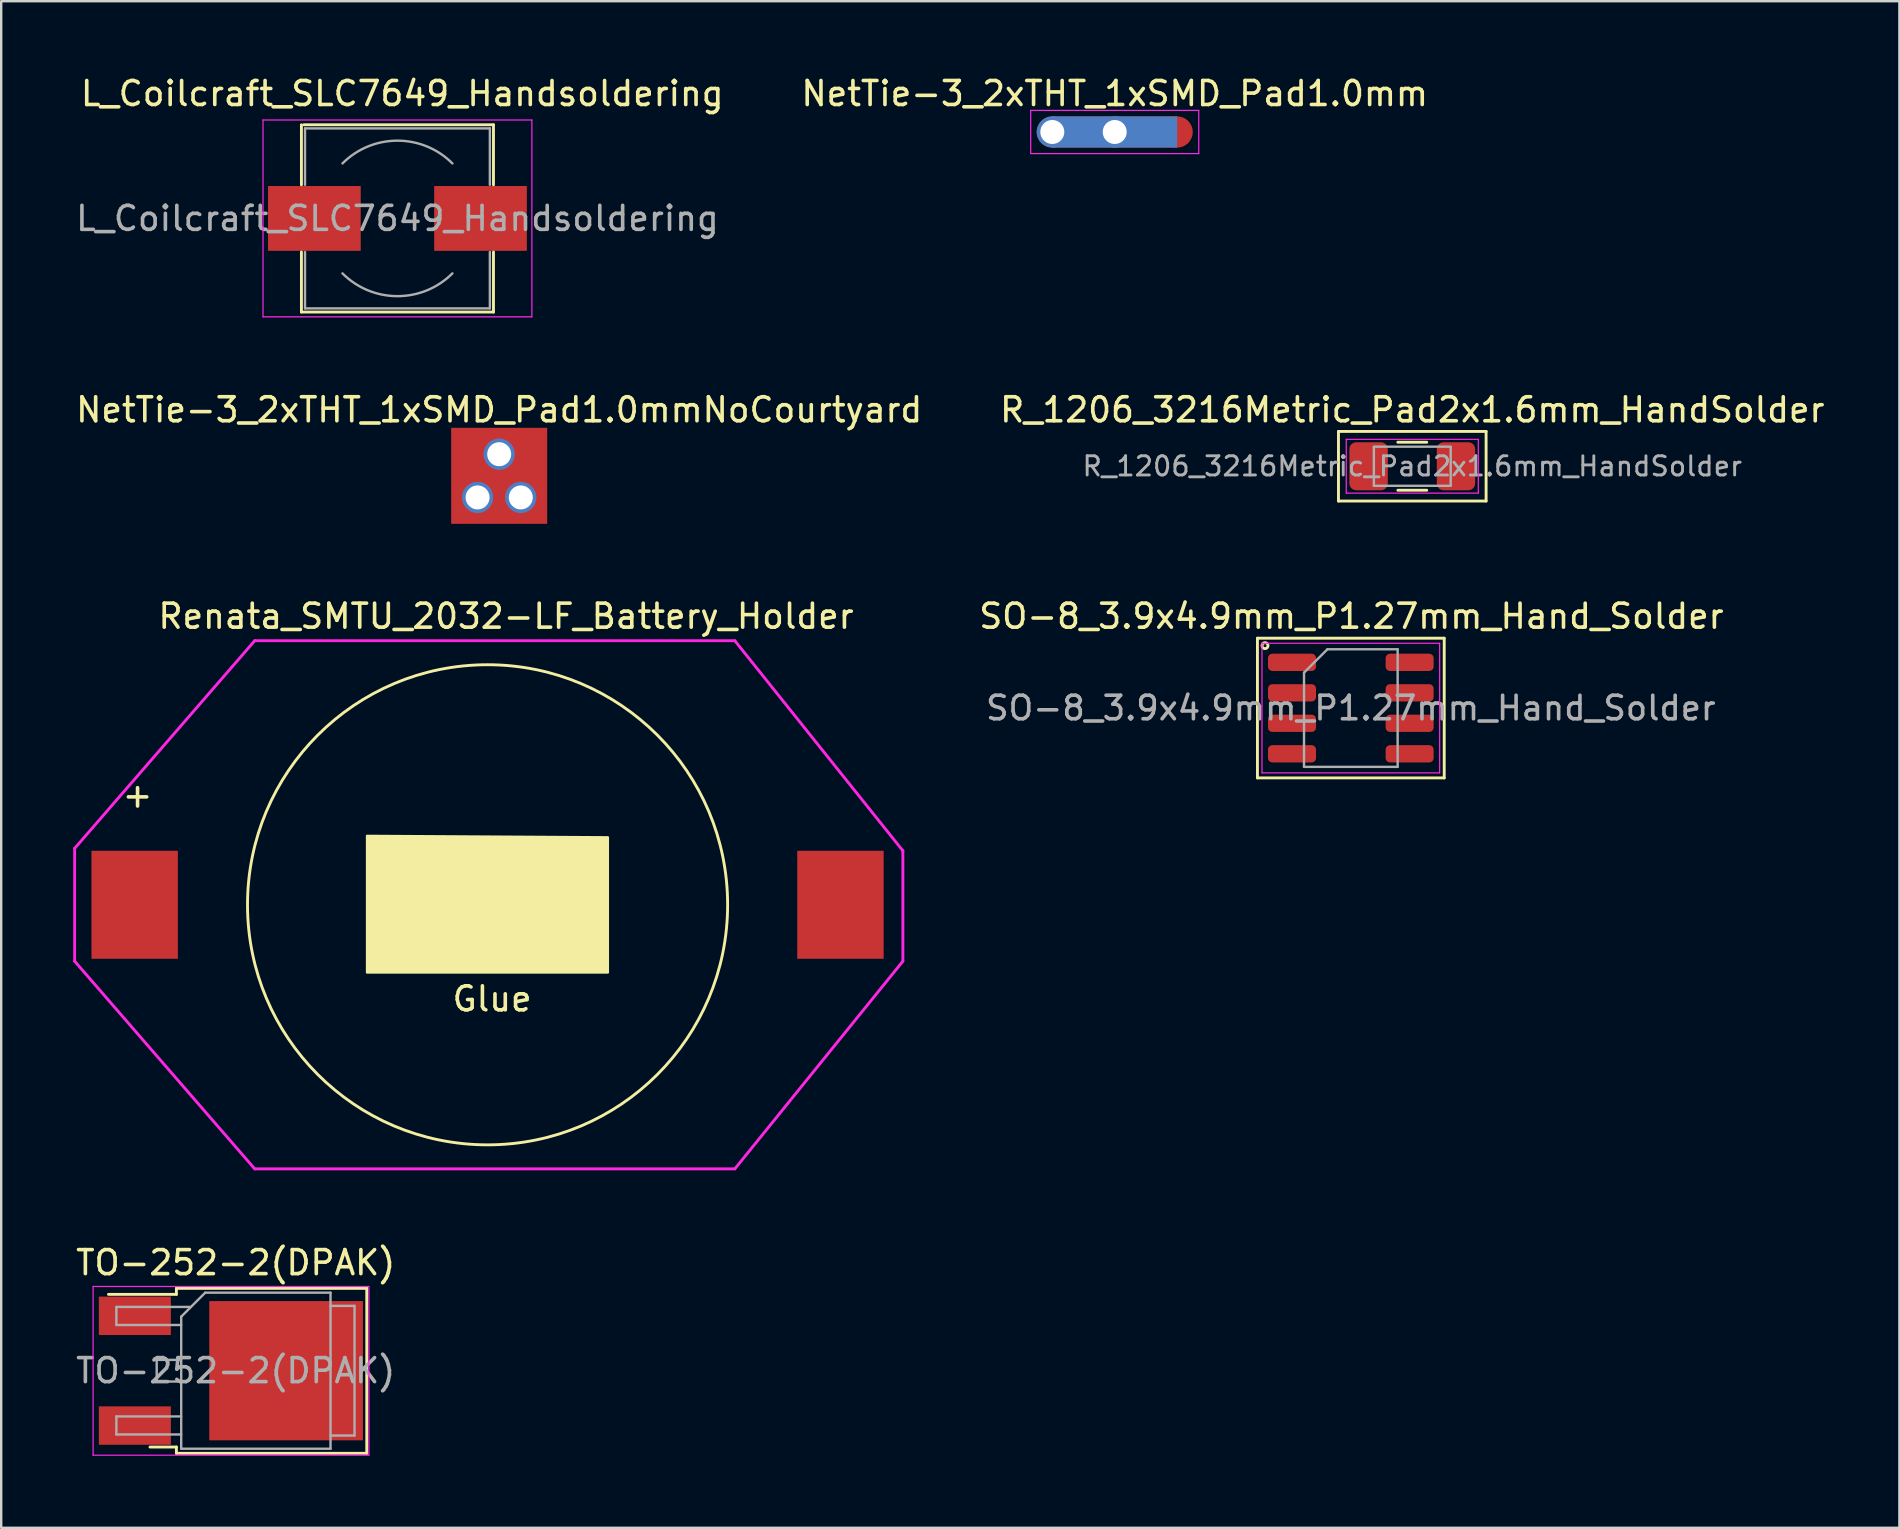
<source format=kicad_pcb>
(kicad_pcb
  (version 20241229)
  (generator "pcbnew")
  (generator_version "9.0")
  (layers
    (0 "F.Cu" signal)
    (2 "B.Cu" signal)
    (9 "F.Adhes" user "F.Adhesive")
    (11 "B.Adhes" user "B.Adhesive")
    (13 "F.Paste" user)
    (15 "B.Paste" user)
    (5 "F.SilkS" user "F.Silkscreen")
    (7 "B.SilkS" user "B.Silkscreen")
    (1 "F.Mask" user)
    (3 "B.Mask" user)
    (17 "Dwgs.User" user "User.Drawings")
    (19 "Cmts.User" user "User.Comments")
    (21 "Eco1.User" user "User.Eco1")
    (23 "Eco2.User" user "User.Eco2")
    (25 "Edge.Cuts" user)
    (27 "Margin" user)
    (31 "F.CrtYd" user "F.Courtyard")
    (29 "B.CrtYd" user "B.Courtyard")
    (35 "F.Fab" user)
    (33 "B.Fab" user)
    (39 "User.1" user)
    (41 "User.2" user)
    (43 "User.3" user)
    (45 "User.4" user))
  (footprint "NetTie-3_2xTHT_1xSMD_Pad1.0mm"
    (layer "F.Cu")
    (at 40.785 2.448)
    (property "Reference" "NetTie-3_2xTHT_1xSMD_Pad1.0mm" (at 2.6 -1.6 0) (layer "F.SilkS") (effects (font (size 1 1) (thickness 0.15))))
    (attr exclude_from_pos_files exclude_from_bom)
    (fp_poly (pts (xy 0 -0.65) (xy 5.2 -0.65) (xy 5.2 0.65) (xy 0 0.65)) (stroke (width 0) (type solid)) (fill yes) (layer "F.Cu"))
    (fp_poly (pts (xy 0 -0.65) (xy 5.2 -0.65) (xy 5.2 0.65) (xy 0 0.65)) (stroke (width 0) (type solid)) (fill yes) (layer "B.Cu"))
    (fp_line (start -0.9 -0.9) (end 6.1 -0.9) (stroke (width 0.05) (type solid)) (layer "F.CrtYd"))
    (fp_line (start -0.9 0.9) (end -0.9 -0.9) (stroke (width 0.05) (type solid)) (layer "F.CrtYd"))
    (fp_line (start 6.1 -0.9) (end 6.1 0.9) (stroke (width 0.05) (type solid)) (layer "F.CrtYd"))
    (fp_line (start 6.1 0.9) (end -0.9 0.9) (stroke (width 0.05) (type solid)) (layer "F.CrtYd"))
    (pad "1" thru_hole circle (at 0 0) (size 1.3 1.3) (drill 1) (layers "*.Cu"))
    (pad "2" thru_hole circle (at 2.6 0) (size 1.3 1.3) (drill 1) (layers "*.Cu"))
    (pad "3" smd circle (at 5.2 0) (size 1.3 1.3) (layers "F.Cu" "F.Mask" "F.Paste")))
  (footprint "R_1206_3216Metric_Pad2x1.6mm_HandSolder"
    (layer "F.Cu")
    (at 55.78 16.372)
    (property "Reference" "R_1206_3216Metric_Pad2x1.6mm_HandSolder" (at 0 -2.35 0) (layer "F.SilkS") (effects (font (size 1 1) (thickness 0.15))))
    (attr smd)
    (fp_line (start -3.075 -1.45) (end -3.075 1.45) (stroke (width 0.12) (type solid)) (layer "F.SilkS"))
    (fp_line (start -3.075 -1.45) (end 3.075 -1.45) (stroke (width 0.12) (type solid)) (layer "F.SilkS"))
    (fp_line (start -3.075 1.45) (end 3.075 1.45) (stroke (width 0.12) (type solid)) (layer "F.SilkS"))
    (fp_line (start -0.602 -1) (end 0.602 -1) (stroke (width 0.12) (type solid)) (layer "F.SilkS"))
    (fp_line (start -0.6 1) (end 0.604 1) (stroke (width 0.12) (type solid)) (layer "F.SilkS"))
    (fp_line (start 3.075 -1.45) (end 3.075 1.45) (stroke (width 0.12) (type solid)) (layer "F.SilkS"))
    (fp_line (start -2.75 -1.12) (end 2.75 -1.12) (stroke (width 0.05) (type solid)) (layer "F.CrtYd"))
    (fp_line (start -2.75 1.12) (end -2.75 -1.12) (stroke (width 0.05) (type solid)) (layer "F.CrtYd"))
    (fp_line (start 2.75 -1.12) (end 2.75 1.12) (stroke (width 0.05) (type solid)) (layer "F.CrtYd"))
    (fp_line (start 2.75 1.12) (end -2.75 1.12) (stroke (width 0.05) (type solid)) (layer "F.CrtYd"))
    (fp_line (start -1.6 -0.815) (end 1.6 -0.815) (stroke (width 0.1) (type solid)) (layer "F.Fab"))
    (fp_line (start -1.6 0.8) (end -1.6 -0.8) (stroke (width 0.1) (type solid)) (layer "F.Fab"))
    (fp_line (start 1.6 -0.8) (end 1.6 0.8) (stroke (width 0.1) (type solid)) (layer "F.Fab"))
    (fp_line (start 1.6 0.815) (end -1.6 0.815) (stroke (width 0.1) (type solid)) (layer "F.Fab"))
    (fp_text user "${REFERENCE}" (at 0 0 0) (layer "F.Fab") (effects (font (size 0.8 0.8) (thickness 0.12))))
    (pad "1" smd roundrect (at -1.82 0) (size 1.6 2) (layers "F.Cu" "F.Mask" "F.Paste") (roundrect_rratio 0.175))
    (pad "2" smd roundrect (at 1.82 0) (size 1.6 2) (layers "F.Cu" "F.Mask" "F.Paste") (roundrect_rratio 0.175)))
  (footprint "Renata_SMTU_2032-LF_Battery_Holder"
    (layer "F.Cu")
    (at 2.56 34.64)
    (property "Reference" "Renata_SMTU_2032-LF_Battery_Holder" (at 15.47 -12.02 0) (layer "F.SilkS") (effects (font (size 1 1) (thickness 0.15))))
    (attr through_hole)
    (fp_circle (center 14.7 0) (end 24.7 0) (stroke (width 0.12) (type solid)) (fill no) (layer "F.SilkS"))
    (fp_poly (pts (xy 19.71 -2.81) (xy 19.71 2.82) (xy 9.68 2.82) (xy 9.68 -2.87)) (stroke (width 0.1) (type solid)) (fill yes) (layer "F.SilkS"))
    (fp_line (start -2.5 -2.35) (end 5 -11) (stroke (width 0.12) (type solid)) (layer "F.CrtYd"))
    (fp_line (start -2.5 2.35) (end -2.5 -2.35) (stroke (width 0.12) (type solid)) (layer "F.CrtYd"))
    (fp_line (start 5 -11) (end 25 -11) (stroke (width 0.12) (type solid)) (layer "F.CrtYd"))
    (fp_line (start 5 11) (end -2.5 2.35) (stroke (width 0.12) (type solid)) (layer "F.CrtYd"))
    (fp_line (start 25 -11) (end 32 -2.25) (stroke (width 0.12) (type solid)) (layer "F.CrtYd"))
    (fp_line (start 25 11) (end 5 11) (stroke (width 0.12) (type solid)) (layer "F.CrtYd"))
    (fp_line (start 32 -2.25) (end 32 2.35) (stroke (width 0.12) (type solid)) (layer "F.CrtYd"))
    (fp_line (start 32 2.35) (end 25 11) (stroke (width 0.12) (type solid)) (layer "F.CrtYd"))
    (fp_text user "Glue" (at 14.89 3.92 0) (layer "F.SilkS") (effects (font (size 1 1) (thickness 0.15))))
    (fp_text user "+" (at 0.12 -4.57 0) (layer "F.SilkS") (effects (font (size 1 1) (thickness 0.15))))
    (pad "1" smd rect (at 0 0) (size 3.6 4.5) (layers "F.Cu" "F.Mask" "F.Paste"))
    (pad "2" smd rect (at 29.4 0) (size 3.6 4.5) (layers "F.Cu" "F.Mask" "F.Paste")))
  (footprint "NetTie-3_2xTHT_1xSMD_Pad1.0mmNoCourtyard"
    (layer "F.Cu")
    (at 17.744 16.771)
    (property "Reference" "NetTie-3_2xTHT_1xSMD_Pad1.0mmNoCourtyard" (at 0 -2.75 0) (layer "F.SilkS") (effects (font (size 1 1) (thickness 0.15))))
    (attr exclude_from_pos_files exclude_from_bom)
    (fp_poly (pts (xy -2 -2) (xy 2 -2) (xy 2 2) (xy -2 2)) (stroke (width 0) (type solid)) (fill yes) (layer "F.Cu"))
    (pad "1" thru_hole circle (at -0.9 0.9) (size 1.3 1.3) (drill 1) (layers "*.Cu"))
    (pad "2" thru_hole circle (at 0.9 0.9) (size 1.3 1.3) (drill 1) (layers "*.Cu"))
    (pad "3" thru_hole circle (at 0 -0.9) (size 1.3 1.3) (drill 1) (layers "*.Cu" "*.Mask")))
  (footprint "L_Coilcraft_SLC7649_Handsoldering"
    (layer "F.Cu")
    (at 13.506 6.048)
    (property "Reference" "L_Coilcraft_SLC7649_Handsoldering" (at 0.2 -5.2 0) (layer "F.SilkS") (effects (font (size 1 1) (thickness 0.15))))
    (attr smd)
    (fp_line (start -4 -1.4) (end -4 -3.9) (stroke (width 0.12) (type solid)) (layer "F.SilkS"))
    (fp_line (start -4 3.9) (end -4 1.4) (stroke (width 0.12) (type solid)) (layer "F.SilkS"))
    (fp_line (start -3.9 -3.9) (end 4 -3.9) (stroke (width 0.12) (type solid)) (layer "F.SilkS"))
    (fp_line (start 4 -3.9) (end 4 -1.4) (stroke (width 0.12) (type solid)) (layer "F.SilkS"))
    (fp_line (start 4 1.4) (end 4 3.9) (stroke (width 0.12) (type solid)) (layer "F.SilkS"))
    (fp_line (start 4 3.9) (end -4 3.9) (stroke (width 0.12) (type solid)) (layer "F.SilkS"))
    (fp_line (start -5.6 -4.1) (end -5.6 4.1) (stroke (width 0.05) (type solid)) (layer "F.CrtYd"))
    (fp_line (start -5.6 4.1) (end 5.6 4.1) (stroke (width 0.05) (type solid)) (layer "F.CrtYd"))
    (fp_line (start 5.6 -4.1) (end -5.6 -4.1) (stroke (width 0.05) (type solid)) (layer "F.CrtYd"))
    (fp_line (start 5.6 4.1) (end 5.6 -4.1) (stroke (width 0.05) (type solid)) (layer "F.CrtYd"))
    (fp_line (start -3.85 -3.75) (end -3.85 -1.4) (stroke (width 0.1) (type solid)) (layer "F.Fab"))
    (fp_line (start -3.85 -3.75) (end 3.85 -3.75) (stroke (width 0.1) (type solid)) (layer "F.Fab"))
    (fp_line (start -3.85 3.75) (end -3.85 1.4) (stroke (width 0.1) (type solid)) (layer "F.Fab"))
    (fp_line (start 3.85 -3.75) (end 3.85 -1.4) (stroke (width 0.1) (type solid)) (layer "F.Fab"))
    (fp_line (start 3.85 3.75) (end -3.85 3.75) (stroke (width 0.1) (type solid)) (layer "F.Fab"))
    (fp_line (start 3.85 3.75) (end 3.85 1.4) (stroke (width 0.1) (type solid)) (layer "F.Fab"))
    (fp_arc (start -2.29 -2.29) (mid 0 -3.238549) (end 2.29 -2.29) (stroke (width 0.1) (type solid)) (layer "F.Fab"))
    (fp_arc (start 2.29 2.29) (mid 0 3.238549) (end -2.29 2.29) (stroke (width 0.1) (type solid)) (layer "F.Fab"))
    (fp_text user "${REFERENCE}" (at 0 0 0) (layer "F.Fab") (effects (font (size 1 1) (thickness 0.15))))
    (pad "1" smd rect (at -3.46 0) (size 3.86 2.7) (layers "F.Cu" "F.Mask" "F.Paste"))
    (pad "2" smd rect (at 3.46 0) (size 3.86 2.7) (layers "F.Cu" "F.Mask" "F.Paste")))
  (footprint "SO-8_3.9x4.9mm_P1.27mm_Hand_Solder"
    (layer "F.Cu")
    (at 53.22 26.445)
    (property "Reference" "SO-8_3.9x4.9mm_P1.27mm_Hand_Solder" (at 0.025 -3.825 0) (layer "F.SilkS") (effects (font (size 1 1) (thickness 0.15))))
    (attr smd)
    (fp_line (start -3.89 -2.91) (end -3.89 2.91) (stroke (width 0.12) (type solid)) (layer "F.SilkS"))
    (fp_line (start 3.89 -2.91) (end -3.89 -2.91) (stroke (width 0.12) (type solid)) (layer "F.SilkS"))
    (fp_line (start 3.89 -2.91) (end 3.89 2.91) (stroke (width 0.12) (type solid)) (layer "F.SilkS"))
    (fp_line (start 3.89 2.91) (end -3.89 2.91) (stroke (width 0.12) (type solid)) (layer "F.SilkS"))
    (fp_circle (center -3.575 -2.6) (end -3.5 -2.5) (stroke (width 0.12) (type solid)) (fill no) (layer "F.SilkS"))
    (fp_line (start -3.7 -2.7) (end -3.7 2.7) (stroke (width 0.05) (type solid)) (layer "F.CrtYd"))
    (fp_line (start -3.7 2.7) (end 3.7 2.7) (stroke (width 0.05) (type solid)) (layer "F.CrtYd"))
    (fp_line (start 3.7 -2.7) (end -3.7 -2.7) (stroke (width 0.05) (type solid)) (layer "F.CrtYd"))
    (fp_line (start 3.7 2.7) (end 3.7 -2.7) (stroke (width 0.05) (type solid)) (layer "F.CrtYd"))
    (fp_line (start -1.95 -1.475) (end -0.975 -2.45) (stroke (width 0.1) (type solid)) (layer "F.Fab"))
    (fp_line (start -1.95 2.45) (end -1.95 -1.475) (stroke (width 0.1) (type solid)) (layer "F.Fab"))
    (fp_line (start -0.975 -2.45) (end 1.95 -2.45) (stroke (width 0.1) (type solid)) (layer "F.Fab"))
    (fp_line (start 1.95 -2.45) (end 1.95 2.45) (stroke (width 0.1) (type solid)) (layer "F.Fab"))
    (fp_line (start 1.95 2.45) (end -1.95 2.45) (stroke (width 0.1) (type solid)) (layer "F.Fab"))
    (fp_text user "${REFERENCE}" (at 0 0 0) (layer "F.Fab") (effects (font (size 0.98 0.98) (thickness 0.15))))
    (pad "1" smd roundrect (at -2.45 -1.905) (size 2 0.72) (layers "F.Cu" "F.Mask" "F.Paste") (roundrect_rratio 0.25))
    (pad "2" smd roundrect (at -2.45 -0.635) (size 2 0.72) (layers "F.Cu" "F.Mask" "F.Paste") (roundrect_rratio 0.25))
    (pad "3" smd roundrect (at -2.45 0.635) (size 2 0.72) (layers "F.Cu" "F.Mask" "F.Paste") (roundrect_rratio 0.25))
    (pad "4" smd roundrect (at -2.45 1.905) (size 2 0.72) (layers "F.Cu" "F.Mask" "F.Paste") (roundrect_rratio 0.25))
    (pad "5" smd roundrect (at 2.45 1.905) (size 2 0.72) (layers "F.Cu" "F.Mask" "F.Paste") (roundrect_rratio 0.25))
    (pad "6" smd roundrect (at 2.45 0.635) (size 2 0.72) (layers "F.Cu" "F.Mask" "F.Paste") (roundrect_rratio 0.25))
    (pad "7" smd roundrect (at 2.45 -0.635) (size 2 0.72) (layers "F.Cu" "F.Mask" "F.Paste") (roundrect_rratio 0.25))
    (pad "8" smd roundrect (at 2.45 -1.905) (size 2 0.72) (layers "F.Cu" "F.Mask" "F.Paste") (roundrect_rratio 0.25)))
  (footprint "TO-252-2(DPAK)"
    (layer "F.Cu")
    (at 6.768 54.048)
    (property "Reference" "TO-252-2(DPAK)" (at 0 -4.5 0) (layer "F.SilkS") (effects (font (size 1 1) (thickness 0.15))))
    (attr smd)
    (fp_line (start -2.47 -3.43) (end -2.47 -3.18) (stroke (width 0.12) (type solid)) (layer "F.SilkS"))
    (fp_line (start -2.47 -3.18) (end -5.3 -3.18) (stroke (width 0.12) (type solid)) (layer "F.SilkS"))
    (fp_line (start -2.47 3.18) (end -3.57 3.18) (stroke (width 0.12) (type solid)) (layer "F.SilkS"))
    (fp_line (start -2.47 3.44) (end -2.47 3.18) (stroke (width 0.12) (type solid)) (layer "F.SilkS"))
    (fp_line (start 5.46 -3.43) (end -2.47 -3.43) (stroke (width 0.12) (type solid)) (layer "F.SilkS"))
    (fp_line (start 5.46 -3.43) (end 5.46 3.44) (stroke (width 0.12) (type solid)) (layer "F.SilkS"))
    (fp_line (start 5.46 3.44) (end -2.47 3.44) (stroke (width 0.12) (type solid)) (layer "F.SilkS"))
    (fp_line (start -5.94 -3.51) (end -5.94 3.52) (stroke (width 0.05) (type solid)) (layer "F.CrtYd"))
    (fp_line (start -5.94 3.52) (end 5.55 3.52) (stroke (width 0.05) (type solid)) (layer "F.CrtYd"))
    (fp_line (start 5.55 -3.51) (end -5.94 -3.51) (stroke (width 0.05) (type solid)) (layer "F.CrtYd"))
    (fp_line (start 5.55 3.52) (end 5.55 -3.51) (stroke (width 0.05) (type solid)) (layer "F.CrtYd"))
    (fp_line (start -4.97 -2.655) (end -4.97 -1.905) (stroke (width 0.1) (type solid)) (layer "F.Fab"))
    (fp_line (start -4.97 -1.905) (end -2.27 -1.905) (stroke (width 0.1) (type solid)) (layer "F.Fab"))
    (fp_line (start -4.97 1.905) (end -4.97 2.655) (stroke (width 0.1) (type solid)) (layer "F.Fab"))
    (fp_line (start -4.97 2.655) (end -2.27 2.655) (stroke (width 0.1) (type solid)) (layer "F.Fab"))
    (fp_line (start -3.29 -0.45) (end -3.29 0.45) (stroke (width 0.1) (type solid)) (layer "F.Fab"))
    (fp_line (start -3.29 -0.45) (end -2.29 -0.45) (stroke (width 0.1) (type solid)) (layer "F.Fab"))
    (fp_line (start -3.29 0.45) (end -2.29 0.45) (stroke (width 0.1) (type solid)) (layer "F.Fab"))
    (fp_line (start -2.27 -2.25) (end -1.27 -3.25) (stroke (width 0.1) (type solid)) (layer "F.Fab"))
    (fp_line (start -2.27 1.905) (end -4.97 1.905) (stroke (width 0.1) (type solid)) (layer "F.Fab"))
    (fp_line (start -2.27 3.25) (end -2.27 -2.25) (stroke (width 0.1) (type solid)) (layer "F.Fab"))
    (fp_line (start -1.865 -2.655) (end -4.97 -2.655) (stroke (width 0.1) (type solid)) (layer "F.Fab"))
    (fp_line (start -1.27 -3.25) (end 3.95 -3.25) (stroke (width 0.1) (type solid)) (layer "F.Fab"))
    (fp_line (start 3.95 -3.25) (end 3.95 3.25) (stroke (width 0.1) (type solid)) (layer "F.Fab"))
    (fp_line (start 3.95 -2.7) (end 4.95 -2.7) (stroke (width 0.1) (type solid)) (layer "F.Fab"))
    (fp_line (start 3.95 3.25) (end -2.27 3.25) (stroke (width 0.1) (type solid)) (layer "F.Fab"))
    (fp_line (start 4.95 -2.7) (end 4.95 2.7) (stroke (width 0.1) (type solid)) (layer "F.Fab"))
    (fp_line (start 4.95 2.7) (end 3.95 2.7) (stroke (width 0.1) (type solid)) (layer "F.Fab"))
    (fp_text user "${REFERENCE}" (at 0 0 0) (layer "F.Fab") (effects (font (size 1 1) (thickness 0.15))))
    (pad "" smd rect (at 0.425 -1.525) (size 3.05 2.75) (layers "F.Paste"))
    (pad "" smd rect (at 0.425 1.525) (size 3.05 2.75) (layers "F.Paste"))
    (pad "" smd rect (at 3.775 -1.525) (size 3.05 2.75) (layers "F.Paste"))
    (pad "" smd rect (at 3.775 1.525) (size 3.05 2.75) (layers "F.Paste"))
    (pad "1" smd rect (at -4.2 -2.286) (size 3 1.6) (layers "F.Cu" "F.Mask" "F.Paste"))
    (pad "3" smd rect (at -4.2 2.286) (size 3 1.6) (layers "F.Cu" "F.Mask" "F.Paste"))
    (pad "4" smd rect (at 2.1 0) (size 6.4 5.8) (layers "F.Cu" "F.Mask")))
  (gr_rect
    (start -3 -3)
    (end 76.071 60.593)
    (stroke (width 0.1) (type default))
    (fill no)
    (layer "Edge.Cuts")))
</source>
